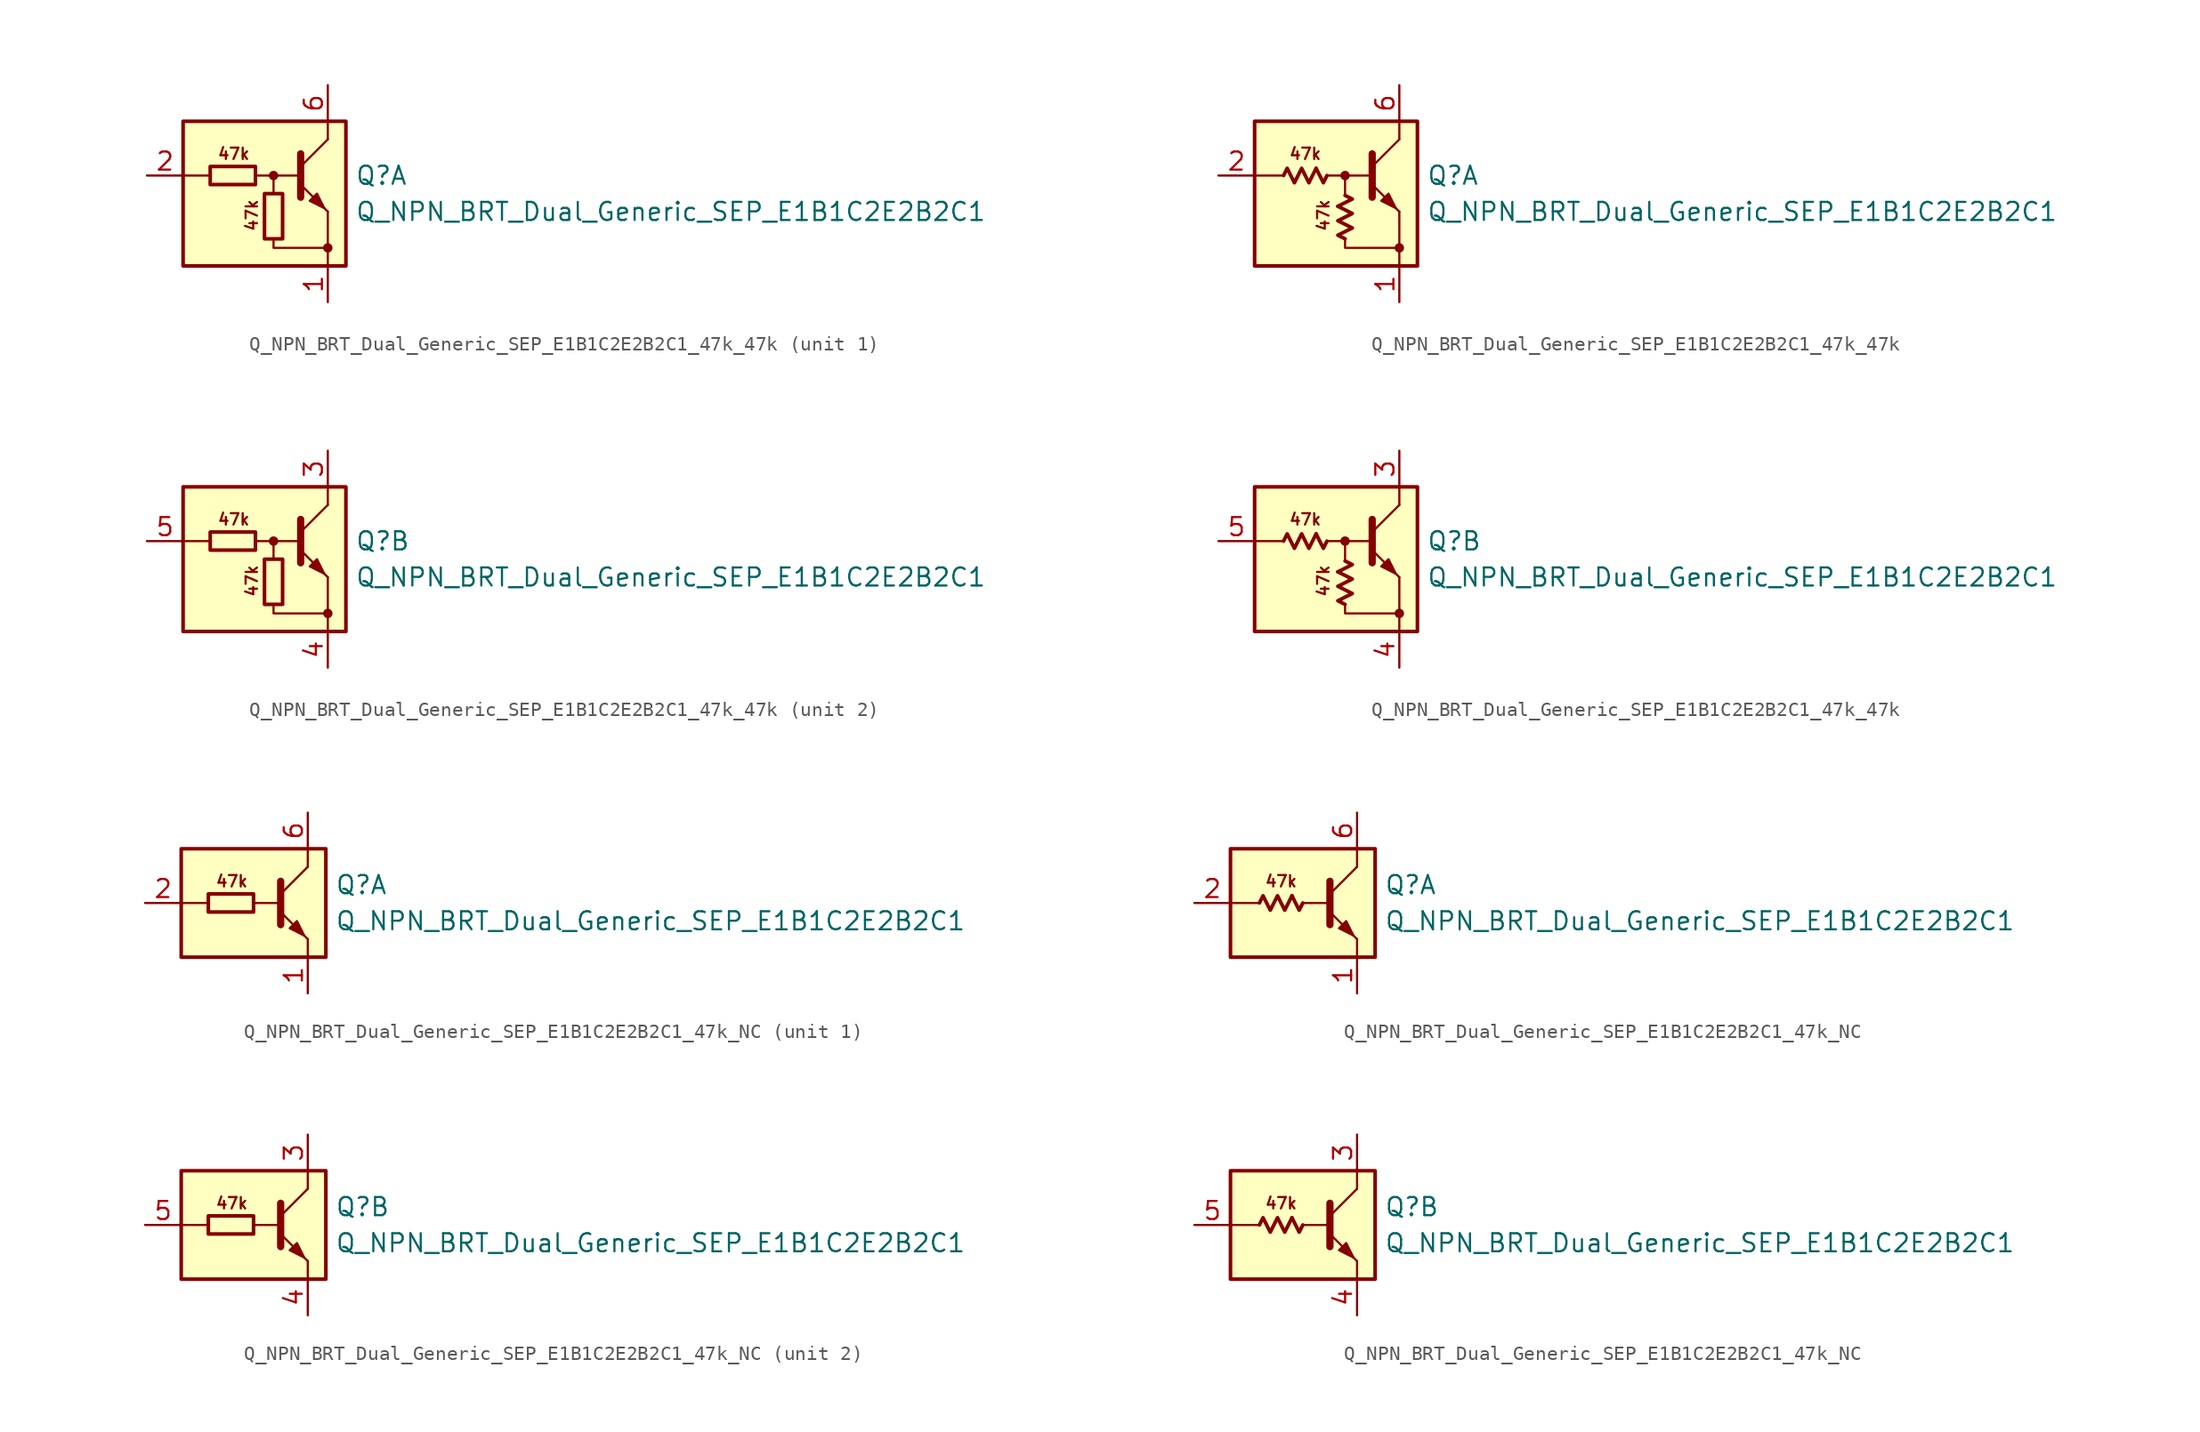
<source format=kicad_sym>
(kicad_symbol_lib
  (version 20220914)
  (generator kicad_symbol_editor)
  (symbol "Q_NPN_BRT_Dual_Generic_SEP_E1B1C2E2B2C1_47k_47k"
    (pin_names
      (offset 1.016) hide)
    (property "Reference" "Q"
      (at 5.715 1.27 0)
      (effects (font (size 1.27 1.27)) (justify left)))
    (property "Value" "Q_NPN_BRT_Dual_Generic_SEP_E1B1C2E2B2C1"
      (at 5.715 -1.27 0)
      (effects (font (size 1.27 1.27)) (justify left)))
    (property "ki_locked" ""
      (at 0 0 0)
      (effects (font (size 1.27 1.27))))
    (symbol "Q_NPN_BRT_Dual_Generic_SEP_E1B1C2E2B2C1_47k_47k_0_2"
      (polyline (pts (xy -2.032 1.778) (xy -1.524 0.762) (xy -1.27 1.27)) (stroke (width 0.254) (type default)) (fill (type none)))
      (polyline (pts (xy -0.508 -0.889) (xy 0.508 -0.381) (xy 0 -0.127)) (stroke (width 0.254) (type default)) (fill (type none)))
      (polyline (pts (xy -4.318 1.27) (xy -4.064 1.778) (xy -3.556 0.762) (xy -3.048 1.778) (xy -2.54 0.762) (xy -2.032 1.778)) (stroke (width 0.254) (type default)) (fill (type none)))
      (polyline (pts (xy 0 -3.175) (xy -0.508 -2.921) (xy 0.508 -2.413) (xy -0.508 -1.905) (xy 0.508 -1.397) (xy -0.508 -0.889)) (stroke (width 0.254) (type default)) (fill (type none))))
    (symbol "Q_NPN_BRT_Dual_Generic_SEP_E1B1C2E2B2C1_47k_47k_1_0"
      (rectangle (start -6.35 5.08) (end 5.08 -5.08) (stroke (width 0.254) (type default)) (fill (type background)))
      (polyline (pts (xy -4.445 1.27) (xy -6.35 1.27)) (stroke (width 0) (type default)) (fill (type none)))
      (polyline (pts (xy -0.254 1.27) (xy 1.905 1.27)) (stroke (width 0) (type default)) (fill (type none)))
      (polyline (pts (xy 1.905 1.905) (xy 3.81 3.81)) (stroke (width 0) (type default)) (fill (type none)))
      (polyline (pts (xy 1.905 2.794) (xy 1.905 -0.254)) (stroke (width 0.508) (type default)) (fill (type none)))
      (polyline (pts (xy 3.81 -3.81) (xy 3.81 -5.08)) (stroke (width 0) (type default)) (fill (type none)))
      (polyline (pts (xy 3.81 -3.81) (xy 3.81 -1.27)) (stroke (width 0) (type default)) (fill (type none)))
      (polyline (pts (xy 3.81 3.81) (xy 3.81 5.08)) (stroke (width 0) (type default)) (fill (type none)))
      (polyline (pts (xy -1.27 1.27) (xy 0 1.27) (xy 0 0)) (stroke (width 0) (type default)) (fill (type none)))
      (polyline (pts (xy 0 -3.175) (xy 0 -3.81) (xy 3.81 -3.81)) (stroke (width 0) (type default)) (fill (type none)))
      (polyline (pts (xy 1.905 0.635) (xy 3.81 -1.27) (xy 3.81 -1.27)) (stroke (width 0) (type default)) (fill (type none)))
      (polyline (pts (xy 2.54 -0.508) (xy 3.048 0) (xy 3.556 -1.016) (xy 2.54 -0.508) (xy 2.54 -0.508)) (stroke (width 0) (type default)) (fill (type outline)))
      (circle (center 0 1.27) (radius 0.254) (stroke (width 0) (type default)) (fill (type outline)))
      (circle (center 3.81 -3.81) (radius 0.254) (stroke (width 0) (type default)) (fill (type outline)))
      (text "47k" (at -2.794 2.794 0) (effects (font (size 0.8 0.8))))
      (text "47k" (at -1.524 -1.524 900) (effects (font (size 0.8 0.8)))))
    (symbol "Q_NPN_BRT_Dual_Generic_SEP_E1B1C2E2B2C1_47k_47k_1_1"
      (rectangle (start -4.445 1.905) (end -1.27 0.635) (stroke (width 0.254) (type default)) (fill (type none)))
      (rectangle (start -0.635 0) (end 0.635 -3.175) (stroke (width 0.254) (type default)) (fill (type none)))
      (pin passive line (at 3.81 -7.62 90) (length 2.54) (name "E1" (effects (font (size 1.27 1.27)))) (number "1" (effects (font (size 1.27 1.27)))))
      (pin passive line (at -8.89 1.27 0) (length 2.54) (name "B1" (effects (font (size 1.27 1.27)))) (number "2" (effects (font (size 1.27 1.27)))))
      (pin passive line (at 3.81 7.62 270) (length 2.54) (name "C1" (effects (font (size 1.27 1.27)))) (number "6" (effects (font (size 1.27 1.27))))))
    (symbol "Q_NPN_BRT_Dual_Generic_SEP_E1B1C2E2B2C1_47k_47k_1_2"
      (pin passive line (at 3.81 -7.62 90) (length 2.54) (name "E1" (effects (font (size 1.27 1.27)))) (number "1" (effects (font (size 1.27 1.27)))))
      (pin passive line (at -8.89 1.27 0) (length 2.54) (name "B1" (effects (font (size 1.27 1.27)))) (number "2" (effects (font (size 1.27 1.27)))))
      (pin passive line (at 3.81 7.62 270) (length 2.54) (name "C1" (effects (font (size 1.27 1.27)))) (number "6" (effects (font (size 1.27 1.27))))))
    (symbol "Q_NPN_BRT_Dual_Generic_SEP_E1B1C2E2B2C1_47k_47k_2_0"
      (rectangle (start -6.35 5.08) (end 5.08 -5.08) (stroke (width 0.254) (type default)) (fill (type background)))
      (polyline (pts (xy -4.445 1.27) (xy -6.35 1.27)) (stroke (width 0) (type default)) (fill (type none)))
      (polyline (pts (xy -0.254 1.27) (xy 1.905 1.27)) (stroke (width 0) (type default)) (fill (type none)))
      (polyline (pts (xy 1.905 1.905) (xy 3.81 3.81)) (stroke (width 0) (type default)) (fill (type none)))
      (polyline (pts (xy 1.905 2.794) (xy 1.905 -0.254)) (stroke (width 0.508) (type default)) (fill (type none)))
      (polyline (pts (xy 3.81 -3.81) (xy 3.81 -5.08)) (stroke (width 0) (type default)) (fill (type none)))
      (polyline (pts (xy 3.81 -3.81) (xy 3.81 -1.27)) (stroke (width 0) (type default)) (fill (type none)))
      (polyline (pts (xy 3.81 3.81) (xy 3.81 5.08)) (stroke (width 0) (type default)) (fill (type none)))
      (polyline (pts (xy -1.27 1.27) (xy 0 1.27) (xy 0 0)) (stroke (width 0) (type default)) (fill (type none)))
      (polyline (pts (xy 0 -3.175) (xy 0 -3.81) (xy 3.81 -3.81)) (stroke (width 0) (type default)) (fill (type none)))
      (polyline (pts (xy 1.905 0.635) (xy 3.81 -1.27) (xy 3.81 -1.27)) (stroke (width 0) (type default)) (fill (type none)))
      (polyline (pts (xy 2.54 -0.508) (xy 3.048 0) (xy 3.556 -1.016) (xy 2.54 -0.508) (xy 2.54 -0.508)) (stroke (width 0) (type default)) (fill (type outline)))
      (circle (center 0 1.27) (radius 0.254) (stroke (width 0) (type default)) (fill (type outline)))
      (circle (center 3.81 -3.81) (radius 0.254) (stroke (width 0) (type default)) (fill (type outline)))
      (text "47k" (at -2.794 2.794 0) (effects (font (size 0.8 0.8))))
      (text "47k" (at -1.524 -1.524 900) (effects (font (size 0.8 0.8)))))
    (symbol "Q_NPN_BRT_Dual_Generic_SEP_E1B1C2E2B2C1_47k_47k_2_1"
      (rectangle (start -4.445 1.905) (end -1.27 0.635) (stroke (width 0.254) (type default)) (fill (type none)))
      (rectangle (start -0.635 0) (end 0.635 -3.175) (stroke (width 0.254) (type default)) (fill (type none)))
      (pin passive line (at 3.81 7.62 270) (length 2.54) (name "C2" (effects (font (size 1.27 1.27)))) (number "3" (effects (font (size 1.27 1.27)))))
      (pin passive line (at 3.81 -7.62 90) (length 2.54) (name "E2" (effects (font (size 1.27 1.27)))) (number "4" (effects (font (size 1.27 1.27)))))
      (pin input line (at -8.89 1.27 0) (length 2.54) (name "B2" (effects (font (size 1.27 1.27)))) (number "5" (effects (font (size 1.27 1.27))))))
    (symbol "Q_NPN_BRT_Dual_Generic_SEP_E1B1C2E2B2C1_47k_47k_2_2"
      (pin passive line (at 3.81 7.62 270) (length 2.54) (name "C2" (effects (font (size 1.27 1.27)))) (number "3" (effects (font (size 1.27 1.27)))))
      (pin passive line (at 3.81 -7.62 90) (length 2.54) (name "E2" (effects (font (size 1.27 1.27)))) (number "4" (effects (font (size 1.27 1.27)))))
      (pin input line (at -8.89 1.27 0) (length 2.54) (name "B2" (effects (font (size 1.27 1.27)))) (number "5" (effects (font (size 1.27 1.27)))))))
  (symbol "Q_NPN_BRT_Dual_Generic_SEP_E1B1C2E2B2C1_47k_NC"
    (pin_names
      (offset 1.016) hide)
    (property "Reference" "Q"
      (at 5.715 1.27 0)
      (effects (font (size 1.27 1.27)) (justify left)))
    (property "Value" "Q_NPN_BRT_Dual_Generic_SEP_E1B1C2E2B2C1"
      (at 5.715 -1.27 0)
      (effects (font (size 1.27 1.27)) (justify left)))
    (property "ki_locked" ""
      (at 0 0 0)
      (effects (font (size 1.27 1.27))))
    (symbol "Q_NPN_BRT_Dual_Generic_SEP_E1B1C2E2B2C1_47k_NC_0_2"
      (polyline (pts (xy -0.762 0.508) (xy -0.254 -0.508) (xy 0 0)) (stroke (width 0.254) (type default)) (fill (type none)))
      (polyline (pts (xy -3.048 0) (xy -2.794 0.508) (xy -2.286 -0.508) (xy -1.778 0.508) (xy -1.27 -0.508) (xy -0.762 0.508)) (stroke (width 0.254) (type default)) (fill (type none))))
    (symbol "Q_NPN_BRT_Dual_Generic_SEP_E1B1C2E2B2C1_47k_NC_1_0"
      (rectangle (start -5.08 3.81) (end 5.08 -3.81) (stroke (width 0.254) (type default)) (fill (type background)))
      (polyline (pts (xy -3.175 0) (xy -5.08 0)) (stroke (width 0) (type default)) (fill (type none)))
      (polyline (pts (xy 0 0) (xy 1.905 0)) (stroke (width 0) (type default)) (fill (type none)))
      (polyline (pts (xy 1.905 0.635) (xy 3.81 2.54)) (stroke (width 0) (type default)) (fill (type none)))
      (polyline (pts (xy 1.905 1.524) (xy 1.905 -1.524)) (stroke (width 0.508) (type default)) (fill (type none)))
      (polyline (pts (xy 3.81 -2.54) (xy 3.81 -3.81)) (stroke (width 0) (type default)) (fill (type none)))
      (polyline (pts (xy 3.81 2.54) (xy 3.81 3.81)) (stroke (width 0) (type default)) (fill (type none)))
      (polyline (pts (xy 1.905 -0.635) (xy 3.81 -2.54) (xy 3.81 -2.54)) (stroke (width 0) (type default)) (fill (type none)))
      (polyline (pts (xy 2.54 -1.778) (xy 3.048 -1.27) (xy 3.556 -2.286) (xy 2.54 -1.778) (xy 2.54 -1.778)) (stroke (width 0) (type default)) (fill (type outline)))
      (text "47k" (at -1.524 1.524 0) (effects (font (size 0.8 0.8)))))
    (symbol "Q_NPN_BRT_Dual_Generic_SEP_E1B1C2E2B2C1_47k_NC_1_1"
      (rectangle (start -3.175 0.635) (end 0 -0.635) (stroke (width 0.254) (type default)) (fill (type none)))
      (pin passive line (at 3.81 -6.35 90) (length 2.54) (name "E1" (effects (font (size 1.27 1.27)))) (number "1" (effects (font (size 1.27 1.27)))))
      (pin passive line (at -7.62 0 0) (length 2.54) (name "B1" (effects (font (size 1.27 1.27)))) (number "2" (effects (font (size 1.27 1.27)))))
      (pin passive line (at 3.81 6.35 270) (length 2.54) (name "C1" (effects (font (size 1.27 1.27)))) (number "6" (effects (font (size 1.27 1.27))))))
    (symbol "Q_NPN_BRT_Dual_Generic_SEP_E1B1C2E2B2C1_47k_NC_1_2"
      (pin passive line (at 3.81 -6.35 90) (length 2.54) (name "E1" (effects (font (size 1.27 1.27)))) (number "1" (effects (font (size 1.27 1.27)))))
      (pin passive line (at -7.62 0 0) (length 2.54) (name "B1" (effects (font (size 1.27 1.27)))) (number "2" (effects (font (size 1.27 1.27)))))
      (pin passive line (at 3.81 6.35 270) (length 2.54) (name "C1" (effects (font (size 1.27 1.27)))) (number "6" (effects (font (size 1.27 1.27))))))
    (symbol "Q_NPN_BRT_Dual_Generic_SEP_E1B1C2E2B2C1_47k_NC_2_0"
      (rectangle (start -5.08 3.81) (end 5.08 -3.81) (stroke (width 0.254) (type default)) (fill (type background)))
      (polyline (pts (xy -3.175 0) (xy -5.08 0)) (stroke (width 0) (type default)) (fill (type none)))
      (polyline (pts (xy 0 0) (xy 1.905 0)) (stroke (width 0) (type default)) (fill (type none)))
      (polyline (pts (xy 1.905 0.635) (xy 3.81 2.54)) (stroke (width 0) (type default)) (fill (type none)))
      (polyline (pts (xy 1.905 1.524) (xy 1.905 -1.524)) (stroke (width 0.508) (type default)) (fill (type none)))
      (polyline (pts (xy 3.81 -2.54) (xy 3.81 -3.81)) (stroke (width 0) (type default)) (fill (type none)))
      (polyline (pts (xy 3.81 2.54) (xy 3.81 3.81)) (stroke (width 0) (type default)) (fill (type none)))
      (polyline (pts (xy 1.905 -0.635) (xy 3.81 -2.54) (xy 3.81 -2.54)) (stroke (width 0) (type default)) (fill (type none)))
      (polyline (pts (xy 2.54 -1.778) (xy 3.048 -1.27) (xy 3.556 -2.286) (xy 2.54 -1.778) (xy 2.54 -1.778)) (stroke (width 0) (type default)) (fill (type outline)))
      (text "47k" (at -1.524 1.524 0) (effects (font (size 0.8 0.8)))))
    (symbol "Q_NPN_BRT_Dual_Generic_SEP_E1B1C2E2B2C1_47k_NC_2_1"
      (rectangle (start -3.175 0.635) (end 0 -0.635) (stroke (width 0.254) (type default)) (fill (type none)))
      (pin passive line (at 3.81 6.35 270) (length 2.54) (name "C2" (effects (font (size 1.27 1.27)))) (number "3" (effects (font (size 1.27 1.27)))))
      (pin passive line (at 3.81 -6.35 90) (length 2.54) (name "E2" (effects (font (size 1.27 1.27)))) (number "4" (effects (font (size 1.27 1.27)))))
      (pin input line (at -7.62 0 0) (length 2.54) (name "B2" (effects (font (size 1.27 1.27)))) (number "5" (effects (font (size 1.27 1.27))))))
    (symbol "Q_NPN_BRT_Dual_Generic_SEP_E1B1C2E2B2C1_47k_NC_2_2"
      (pin passive line (at 3.81 6.35 270) (length 2.54) (name "C2" (effects (font (size 1.27 1.27)))) (number "3" (effects (font (size 1.27 1.27)))))
      (pin passive line (at 3.81 -6.35 90) (length 2.54) (name "E2" (effects (font (size 1.27 1.27)))) (number "4" (effects (font (size 1.27 1.27)))))
      (pin input line (at -7.62 0 0) (length 2.54) (name "B2" (effects (font (size 1.27 1.27)))) (number "5" (effects (font (size 1.27 1.27))))))))
</source>
